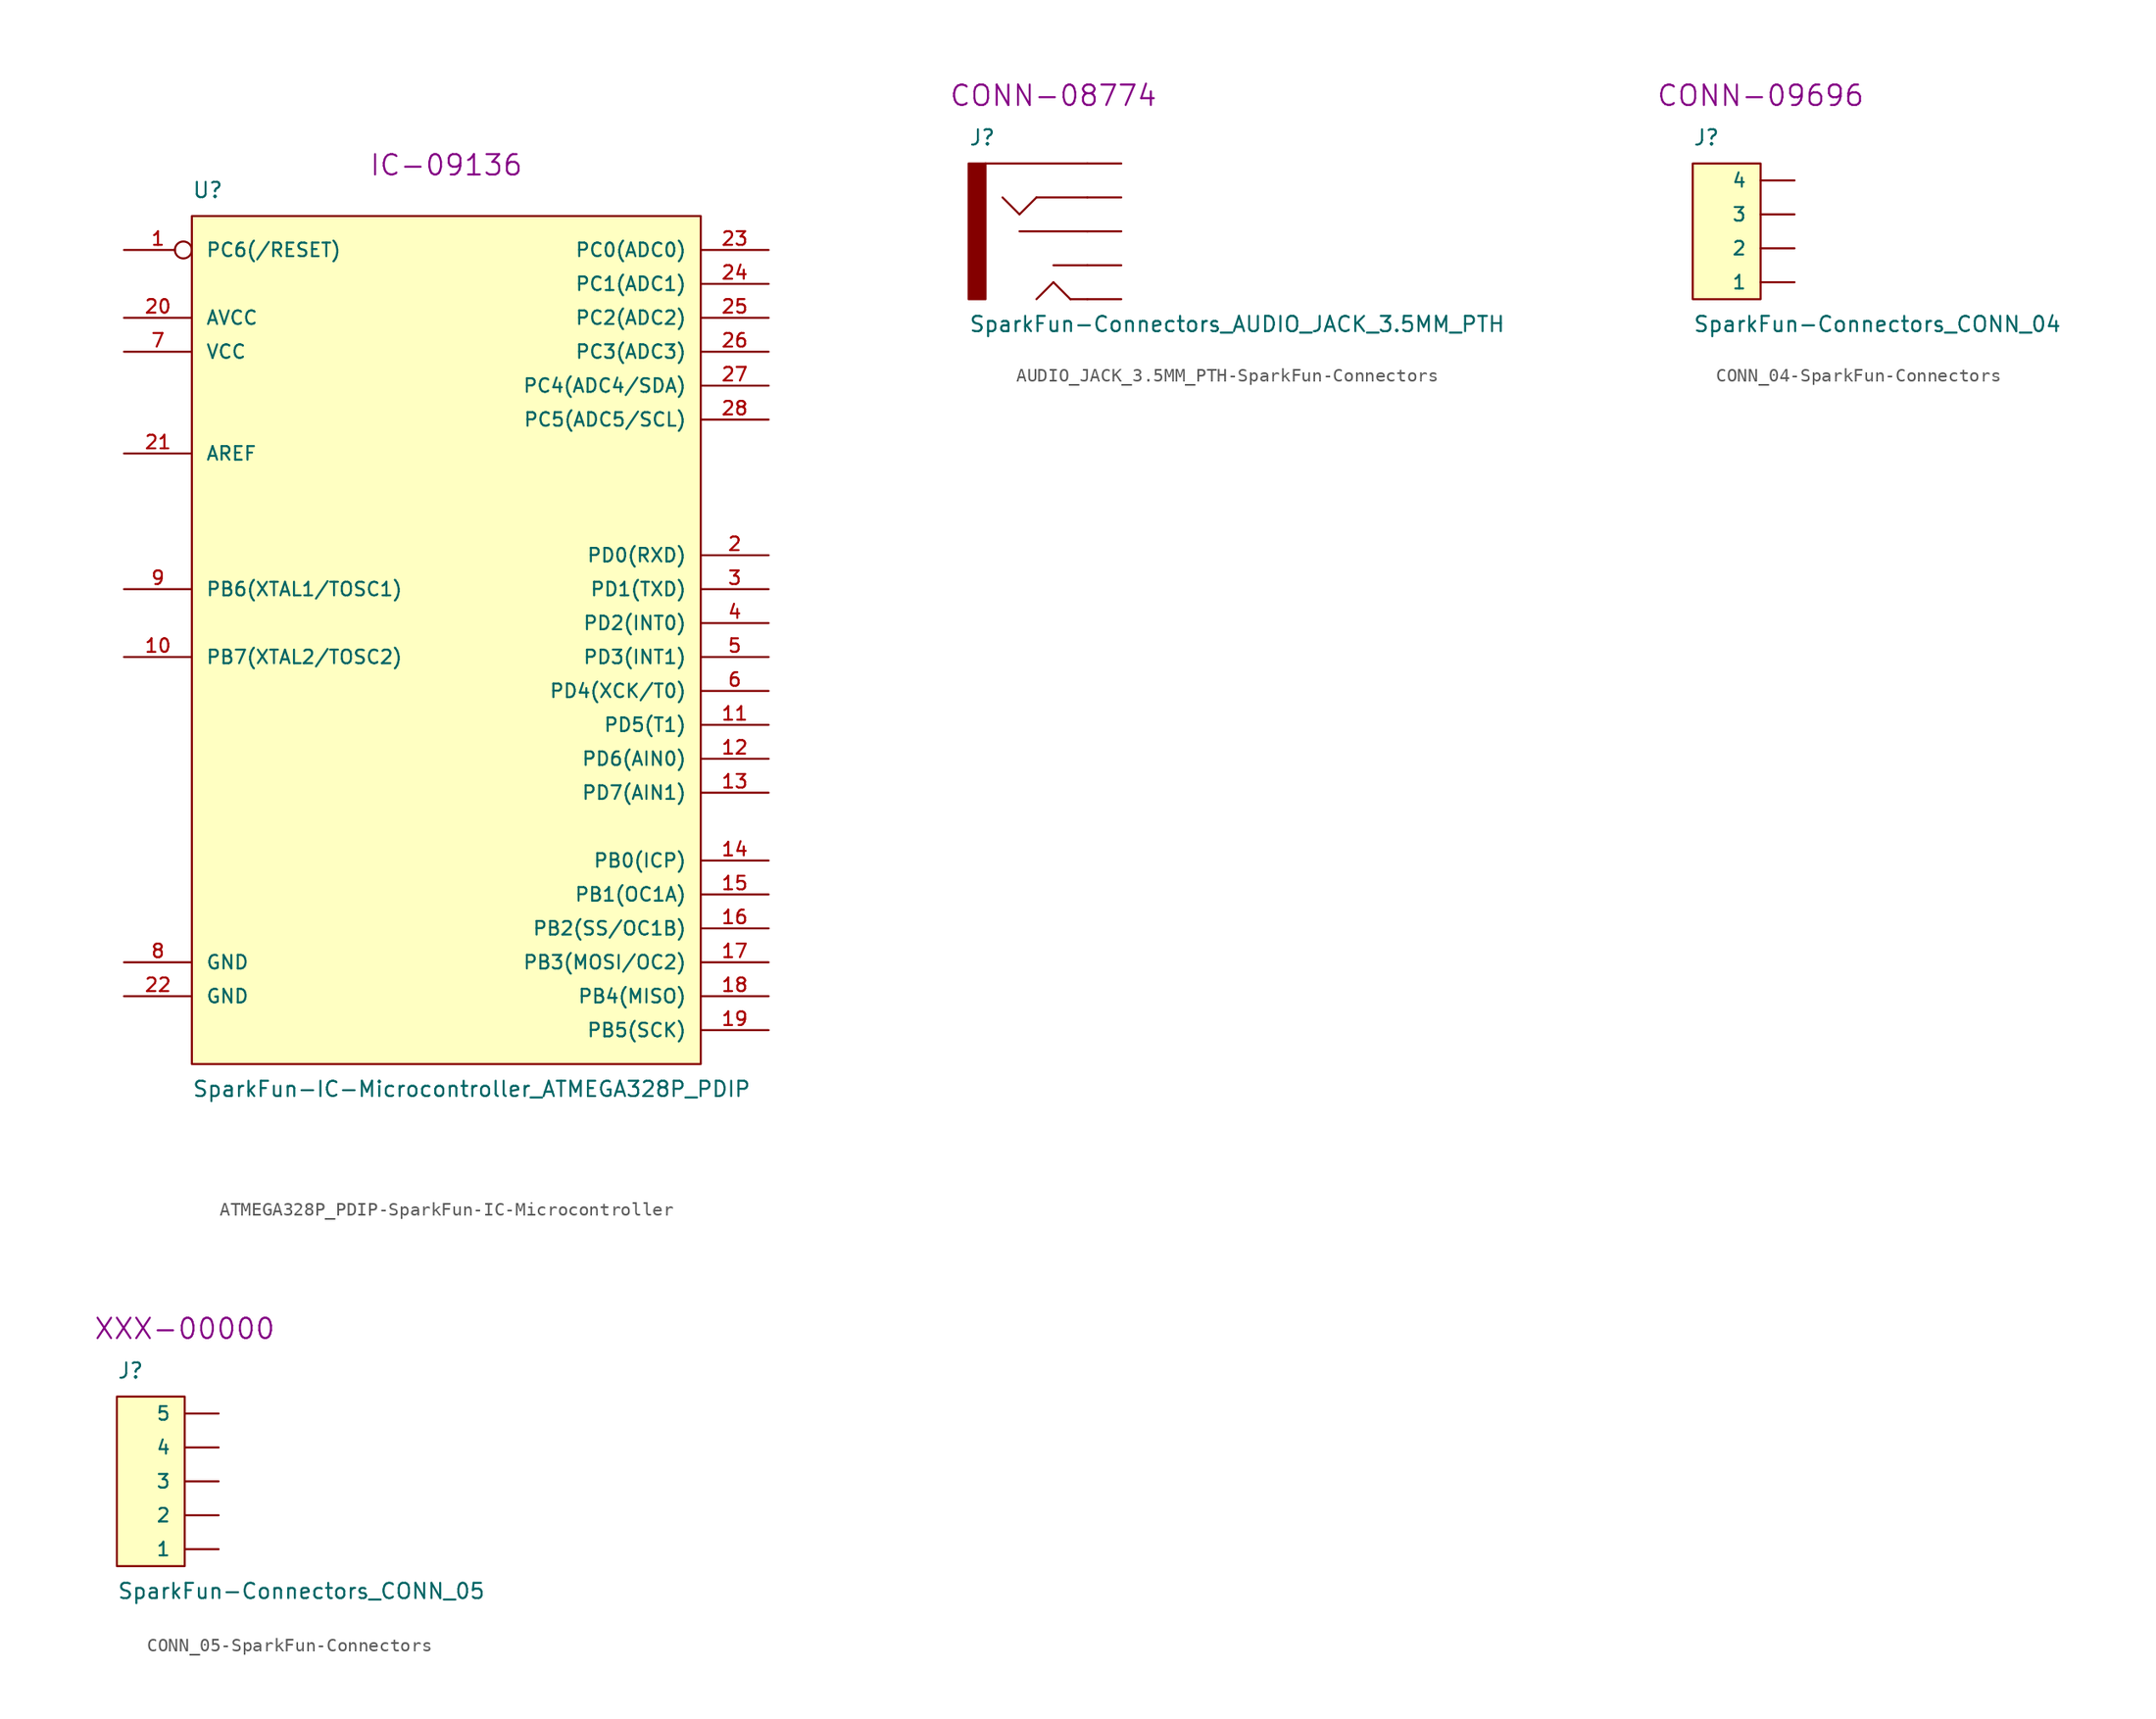
<source format=kicad_sym>
(kicad_symbol_lib
  (version 20231120)
  (generator "kicad_symbol_editor")
  (generator_version "8.0")
  (symbol "ATMEGA328P_PDIP-SparkFun-IC-Microcontroller"
    (pin_names
      (offset 1.016))
    (property "Reference" "U"
      (at -19.05 33.02 0)
      (effects (font (size 1.143 1.143)) (justify left bottom)))
    (property "Value" "SparkFun-IC-Microcontroller_ATMEGA328P_PDIP"
      (at -19.05 -34.29 0)
      (effects (font (size 1.143 1.143)) (justify left bottom)))
    (property "Field5" "IC-09136"
      (at 0 35.56 0)
      (effects (font (size 1.524 1.524))))
    (property "ki_locked" ""
      (at 0 0 0)
      (effects (font (size 1.27 1.27))))
    (symbol "ATMEGA328P_PDIP-SparkFun-IC-Microcontroller_1_1"
      (polyline (pts (xy -19.05 31.75) (xy 19.05 31.75) (xy 19.05 -31.75) (xy -19.05 -31.75) (xy -19.05 31.75)) (stroke (width 0) (type solid)) (fill (type background)))
      (pin bidirectional inverted (at -24.13 29.21 0) (length 5.08) (name "PC6(/RESET)" (effects (font (size 1.016 1.016)))) (number "1" (effects (font (size 1.016 1.016)))))
      (pin bidirectional line (at -24.13 -1.27 0) (length 5.08) (name "PB7(XTAL2/TOSC2)" (effects (font (size 1.016 1.016)))) (number "10" (effects (font (size 1.016 1.016)))))
      (pin bidirectional line (at 24.13 -6.35 180) (length 5.08) (name "PD5(T1)" (effects (font (size 1.016 1.016)))) (number "11" (effects (font (size 1.016 1.016)))))
      (pin bidirectional line (at 24.13 -8.89 180) (length 5.08) (name "PD6(AIN0)" (effects (font (size 1.016 1.016)))) (number "12" (effects (font (size 1.016 1.016)))))
      (pin bidirectional line (at 24.13 -11.43 180) (length 5.08) (name "PD7(AIN1)" (effects (font (size 1.016 1.016)))) (number "13" (effects (font (size 1.016 1.016)))))
      (pin bidirectional line (at 24.13 -16.51 180) (length 5.08) (name "PB0(ICP)" (effects (font (size 1.016 1.016)))) (number "14" (effects (font (size 1.016 1.016)))))
      (pin bidirectional line (at 24.13 -19.05 180) (length 5.08) (name "PB1(OC1A)" (effects (font (size 1.016 1.016)))) (number "15" (effects (font (size 1.016 1.016)))))
      (pin bidirectional line (at 24.13 -21.59 180) (length 5.08) (name "PB2(SS/OC1B)" (effects (font (size 1.016 1.016)))) (number "16" (effects (font (size 1.016 1.016)))))
      (pin bidirectional line (at 24.13 -24.13 180) (length 5.08) (name "PB3(MOSI/OC2)" (effects (font (size 1.016 1.016)))) (number "17" (effects (font (size 1.016 1.016)))))
      (pin bidirectional line (at 24.13 -26.67 180) (length 5.08) (name "PB4(MISO)" (effects (font (size 1.016 1.016)))) (number "18" (effects (font (size 1.016 1.016)))))
      (pin bidirectional line (at 24.13 -29.21 180) (length 5.08) (name "PB5(SCK)" (effects (font (size 1.016 1.016)))) (number "19" (effects (font (size 1.016 1.016)))))
      (pin bidirectional line (at 24.13 6.35 180) (length 5.08) (name "PD0(RXD)" (effects (font (size 1.016 1.016)))) (number "2" (effects (font (size 1.016 1.016)))))
      (pin bidirectional line (at -24.13 24.13 0) (length 5.08) (name "AVCC" (effects (font (size 1.016 1.016)))) (number "20" (effects (font (size 1.016 1.016)))))
      (pin bidirectional line (at -24.13 13.97 0) (length 5.08) (name "AREF" (effects (font (size 1.016 1.016)))) (number "21" (effects (font (size 1.016 1.016)))))
      (pin bidirectional line (at -24.13 -26.67 0) (length 5.08) (name "GND" (effects (font (size 1.016 1.016)))) (number "22" (effects (font (size 1.016 1.016)))))
      (pin bidirectional line (at 24.13 29.21 180) (length 5.08) (name "PC0(ADC0)" (effects (font (size 1.016 1.016)))) (number "23" (effects (font (size 1.016 1.016)))))
      (pin bidirectional line (at 24.13 26.67 180) (length 5.08) (name "PC1(ADC1)" (effects (font (size 1.016 1.016)))) (number "24" (effects (font (size 1.016 1.016)))))
      (pin bidirectional line (at 24.13 24.13 180) (length 5.08) (name "PC2(ADC2)" (effects (font (size 1.016 1.016)))) (number "25" (effects (font (size 1.016 1.016)))))
      (pin bidirectional line (at 24.13 21.59 180) (length 5.08) (name "PC3(ADC3)" (effects (font (size 1.016 1.016)))) (number "26" (effects (font (size 1.016 1.016)))))
      (pin bidirectional line (at 24.13 19.05 180) (length 5.08) (name "PC4(ADC4/SDA)" (effects (font (size 1.016 1.016)))) (number "27" (effects (font (size 1.016 1.016)))))
      (pin bidirectional line (at 24.13 16.51 180) (length 5.08) (name "PC5(ADC5/SCL)" (effects (font (size 1.016 1.016)))) (number "28" (effects (font (size 1.016 1.016)))))
      (pin bidirectional line (at 24.13 3.81 180) (length 5.08) (name "PD1(TXD)" (effects (font (size 1.016 1.016)))) (number "3" (effects (font (size 1.016 1.016)))))
      (pin bidirectional line (at 24.13 1.27 180) (length 5.08) (name "PD2(INT0)" (effects (font (size 1.016 1.016)))) (number "4" (effects (font (size 1.016 1.016)))))
      (pin bidirectional line (at 24.13 -1.27 180) (length 5.08) (name "PD3(INT1)" (effects (font (size 1.016 1.016)))) (number "5" (effects (font (size 1.016 1.016)))))
      (pin bidirectional line (at 24.13 -3.81 180) (length 5.08) (name "PD4(XCK/T0)" (effects (font (size 1.016 1.016)))) (number "6" (effects (font (size 1.016 1.016)))))
      (pin bidirectional line (at -24.13 21.59 0) (length 5.08) (name "VCC" (effects (font (size 1.016 1.016)))) (number "7" (effects (font (size 1.016 1.016)))))
      (pin bidirectional line (at -24.13 -24.13 0) (length 5.08) (name "GND" (effects (font (size 1.016 1.016)))) (number "8" (effects (font (size 1.016 1.016)))))
      (pin bidirectional line (at -24.13 3.81 0) (length 5.08) (name "PB6(XTAL1/TOSC1)" (effects (font (size 1.016 1.016)))) (number "9" (effects (font (size 1.016 1.016)))))))
  (symbol "AUDIO_JACK_3.5MM_PTH-SparkFun-Connectors"
    (pin_numbers hide)
    (pin_names
      (offset 1.016) hide)
    (property "Reference" "J"
      (at -6.35 6.35 0)
      (effects (font (size 1.143 1.143)) (justify left bottom)))
    (property "Value" "SparkFun-Connectors_AUDIO_JACK_3.5MM_PTH"
      (at -6.35 -7.62 0)
      (effects (font (size 1.143 1.143)) (justify left bottom)))
    (property "Field5" "CONN-08774"
      (at 0 10.16 0)
      (effects (font (size 1.524 1.524))))
    (property "ki_locked" ""
      (at 0 0 0)
      (effects (font (size 1.27 1.27))))
    (symbol "AUDIO_JACK_3.5MM_PTH-SparkFun-Connectors_1_0"
      (polyline (pts (xy -2.54 0) (xy 2.54 0)) (stroke (width 0) (type solid)) (fill (type none)))
      (polyline (pts (xy -2.54 1.27) (xy -3.81 2.54)) (stroke (width 0) (type solid)) (fill (type none)))
      (polyline (pts (xy -1.27 -5.08) (xy 0 -3.81)) (stroke (width 0) (type solid)) (fill (type none)))
      (polyline (pts (xy -1.27 2.54) (xy -2.54 1.27)) (stroke (width 0) (type solid)) (fill (type none)))
      (polyline (pts (xy 0 -3.81) (xy 1.27 -5.08)) (stroke (width 0) (type solid)) (fill (type none)))
      (polyline (pts (xy 0 -2.54) (xy 2.54 -2.54)) (stroke (width 0) (type solid)) (fill (type none)))
      (polyline (pts (xy 1.27 -5.08) (xy 2.54 -5.08)) (stroke (width 0) (type solid)) (fill (type none)))
      (polyline (pts (xy 2.54 2.54) (xy -1.27 2.54)) (stroke (width 0) (type solid)) (fill (type none)))
      (polyline (pts (xy 2.54 5.08) (xy -5.08 5.08)) (stroke (width 0) (type solid)) (fill (type none))))
    (symbol "AUDIO_JACK_3.5MM_PTH-SparkFun-Connectors_1_1"
      (rectangle (start -6.35 -5.08) (end -5.08 5.08) (stroke (width 0) (type solid)) (fill (type outline)))
      (pin bidirectional line (at 5.08 2.54 180) (length 2.54) (name "RING" (effects (font (size 1.016 1.016)))) (number "RING" (effects (font (size 1.016 1.016)))))
      (pin bidirectional line (at 5.08 0 180) (length 2.54) (name "RSH" (effects (font (size 1.016 1.016)))) (number "RSH" (effects (font (size 1.016 1.016)))))
      (pin bidirectional line (at 5.08 5.08 180) (length 2.54) (name "SLEEVE" (effects (font (size 1.016 1.016)))) (number "SLEE" (effects (font (size 1.016 1.016)))))
      (pin bidirectional line (at 5.08 -5.08 180) (length 2.54) (name "TIP" (effects (font (size 1.016 1.016)))) (number "TIP" (effects (font (size 1.016 1.016)))))
      (pin bidirectional line (at 5.08 -2.54 180) (length 2.54) (name "TSH" (effects (font (size 1.016 1.016)))) (number "TSH" (effects (font (size 1.016 1.016)))))))
  (symbol "CONN_04-SparkFun-Connectors"
    (pin_numbers hide)
    (pin_names
      (offset 1.016))
    (property "Reference" "J"
      (at -5.08 10.16 0)
      (effects (font (size 1.143 1.143)) (justify left bottom)))
    (property "Value" "SparkFun-Connectors_CONN_04"
      (at -5.08 -3.81 0)
      (effects (font (size 1.143 1.143)) (justify left bottom)))
    (property "Field5" "CONN-09696"
      (at 0 13.97 0)
      (effects (font (size 1.524 1.524))))
    (property "ki_locked" ""
      (at 0 0 0)
      (effects (font (size 1.27 1.27))))
    (symbol "CONN_04-SparkFun-Connectors_0_1"
      (rectangle (start 0 -1.27) (end -5.08 8.89) (stroke (width 0) (type solid)) (fill (type background))))
    (symbol "CONN_04-SparkFun-Connectors_1_1"
      (pin passive line (at 2.54 0 180) (length 2.54) (name "1" (effects (font (size 1.016 1.016)))) (number "1" (effects (font (size 1.016 1.016)))))
      (pin passive line (at 2.54 2.54 180) (length 2.54) (name "2" (effects (font (size 1.016 1.016)))) (number "2" (effects (font (size 1.016 1.016)))))
      (pin passive line (at 2.54 5.08 180) (length 2.54) (name "3" (effects (font (size 1.016 1.016)))) (number "3" (effects (font (size 1.016 1.016)))))
      (pin passive line (at 2.54 7.62 180) (length 2.54) (name "4" (effects (font (size 1.016 1.016)))) (number "4" (effects (font (size 1.016 1.016)))))))
  (symbol "CONN_05-SparkFun-Connectors"
    (pin_numbers hide)
    (pin_names
      (offset 1.016))
    (property "Reference" "J"
      (at -5.08 12.7 0)
      (effects (font (size 1.143 1.143)) (justify left bottom)))
    (property "Value" "SparkFun-Connectors_CONN_05"
      (at -5.08 -3.81 0)
      (effects (font (size 1.143 1.143)) (justify left bottom)))
    (property "Field5" "XXX-00000"
      (at 0 16.51 0)
      (effects (font (size 1.524 1.524))))
    (property "ki_locked" ""
      (at 0 0 0)
      (effects (font (size 1.27 1.27))))
    (symbol "CONN_05-SparkFun-Connectors_0_1"
      (rectangle (start 0 -1.27) (end -5.08 11.43) (stroke (width 0) (type solid)) (fill (type background))))
    (symbol "CONN_05-SparkFun-Connectors_1_1"
      (pin passive line (at 2.54 0 180) (length 2.54) (name "1" (effects (font (size 1.016 1.016)))) (number "1" (effects (font (size 1.016 1.016)))))
      (pin passive line (at 2.54 2.54 180) (length 2.54) (name "2" (effects (font (size 1.016 1.016)))) (number "2" (effects (font (size 1.016 1.016)))))
      (pin passive line (at 2.54 5.08 180) (length 2.54) (name "3" (effects (font (size 1.016 1.016)))) (number "3" (effects (font (size 1.016 1.016)))))
      (pin passive line (at 2.54 7.62 180) (length 2.54) (name "4" (effects (font (size 1.016 1.016)))) (number "4" (effects (font (size 1.016 1.016)))))
      (pin passive line (at 2.54 10.16 180) (length 2.54) (name "5" (effects (font (size 1.016 1.016)))) (number "5" (effects (font (size 1.016 1.016))))))))
</source>
